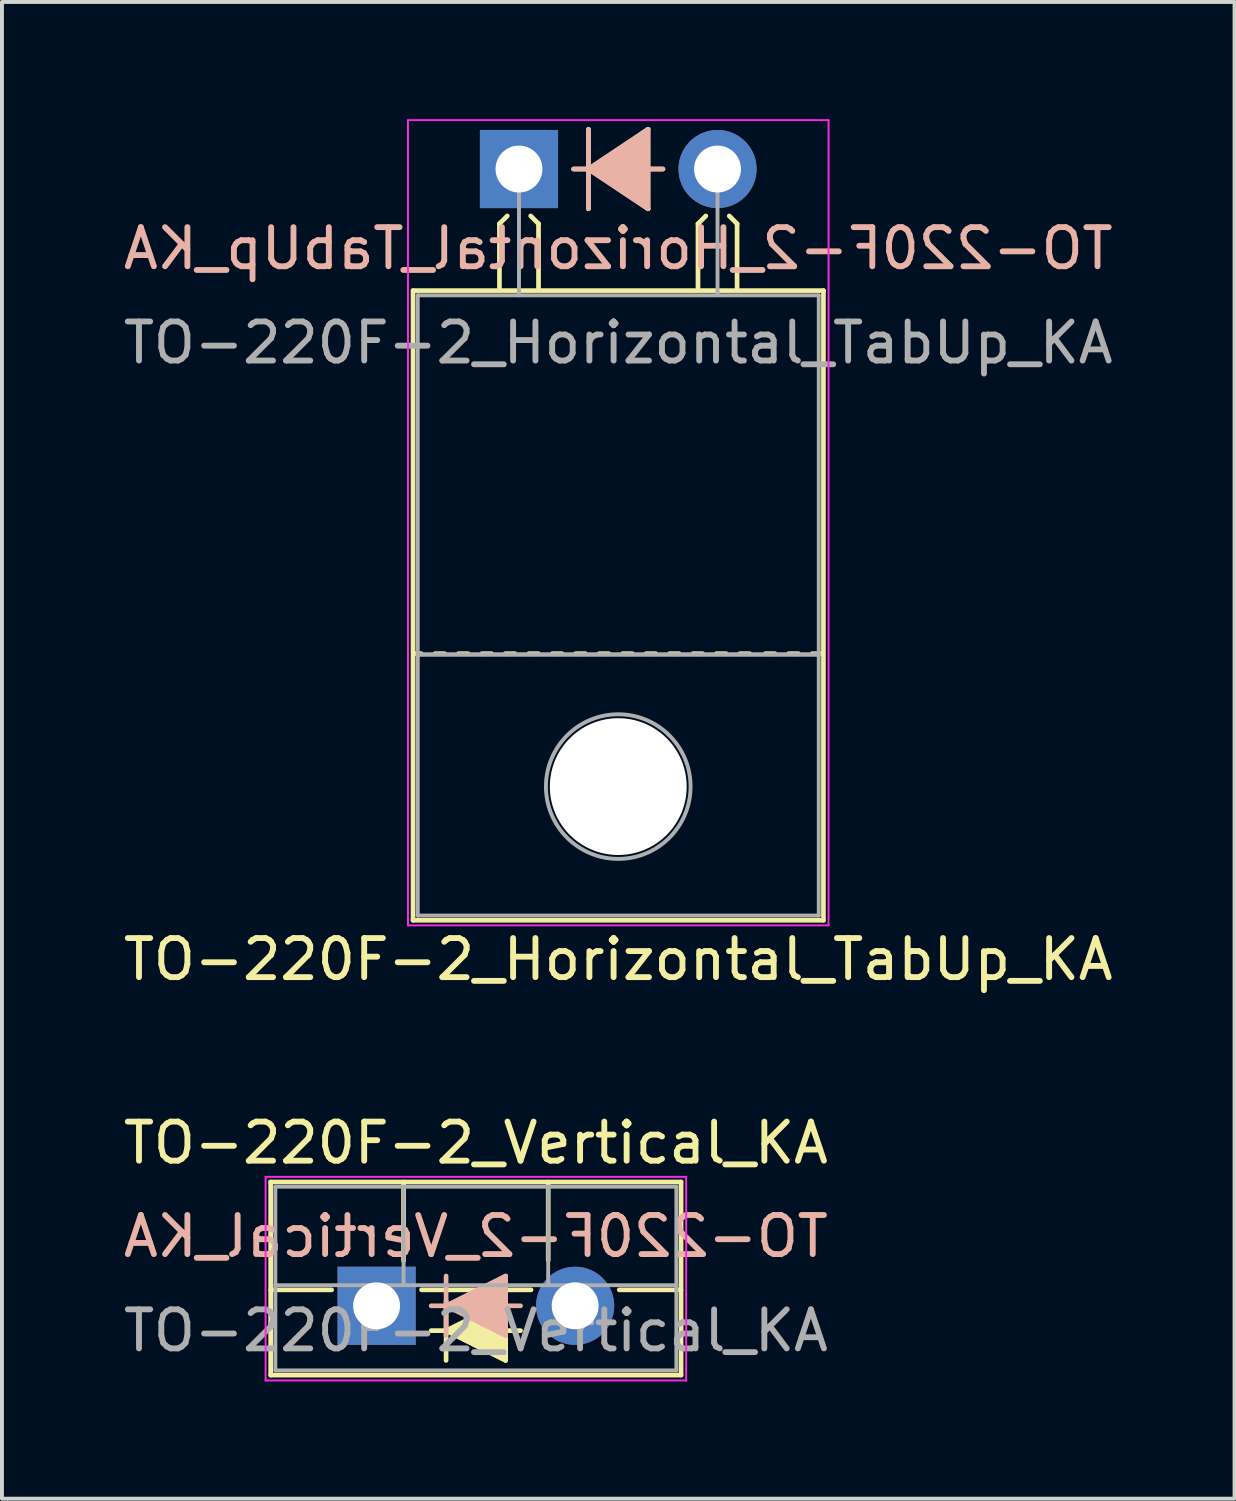
<source format=kicad_pcb>
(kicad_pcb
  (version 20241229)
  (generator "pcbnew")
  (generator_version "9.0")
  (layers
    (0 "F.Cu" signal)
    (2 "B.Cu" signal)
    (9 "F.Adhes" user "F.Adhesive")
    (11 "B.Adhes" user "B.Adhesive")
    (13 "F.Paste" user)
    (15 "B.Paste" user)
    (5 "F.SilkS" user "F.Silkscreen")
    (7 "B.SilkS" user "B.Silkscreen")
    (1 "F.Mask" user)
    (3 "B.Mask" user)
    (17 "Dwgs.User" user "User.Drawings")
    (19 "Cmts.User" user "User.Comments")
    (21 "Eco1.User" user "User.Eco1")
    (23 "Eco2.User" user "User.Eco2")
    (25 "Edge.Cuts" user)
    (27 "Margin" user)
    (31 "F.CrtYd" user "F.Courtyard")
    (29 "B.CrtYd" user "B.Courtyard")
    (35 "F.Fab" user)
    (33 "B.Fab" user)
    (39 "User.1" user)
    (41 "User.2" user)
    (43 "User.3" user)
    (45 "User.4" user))
  (footprint "TO-220F-2_Horizontal_TabUp_KA"
    (layer "F.Cu")
    (at 10.228 1.275)
    (property "Reference" "TO-220F-2_Horizontal_TabUp_KA" (at 2.54 20.22 0) (layer "F.SilkS") (effects (font (size 1 1) (thickness 0.15))))
    (fp_line (start -2.71 19.22) (end -2.71 3.11) (stroke (width 0.12) (type solid)) (layer "F.SilkS"))
    (fp_line (start -2.5 12.4) (end -2.7 12.4) (stroke (width 0.12) (type solid)) (layer "F.SilkS"))
    (fp_line (start -1.9 12.4) (end -2.15 12.4) (stroke (width 0.12) (type solid)) (layer "F.SilkS"))
    (fp_line (start -1.3 12.4) (end -1.55 12.4) (stroke (width 0.12) (type solid)) (layer "F.SilkS"))
    (fp_line (start -0.7 12.4) (end -0.95 12.4) (stroke (width 0.12) (type solid)) (layer "F.SilkS"))
    (fp_line (start -0.5 1.4) (end -0.3 1.2) (stroke (width 0.12) (type solid)) (layer "F.SilkS"))
    (fp_line (start -0.5 3.048) (end -0.5 1.4) (stroke (width 0.12) (type solid)) (layer "F.SilkS"))
    (fp_line (start -0.1 12.4) (end -0.35 12.4) (stroke (width 0.12) (type solid)) (layer "F.SilkS"))
    (fp_line (start 0.5 1.4) (end 0.3 1.2) (stroke (width 0.12) (type solid)) (layer "F.SilkS"))
    (fp_line (start 0.5 3.048) (end 0.5 1.4) (stroke (width 0.12) (type solid)) (layer "F.SilkS"))
    (fp_line (start 0.5 12.4) (end 0.25 12.4) (stroke (width 0.12) (type solid)) (layer "F.SilkS"))
    (fp_line (start 1.1 12.4) (end 0.85 12.4) (stroke (width 0.12) (type solid)) (layer "F.SilkS"))
    (fp_line (start 1.397 0) (end 1.778 0) (stroke (width 0.12) (type solid)) (layer "F.SilkS"))
    (fp_line (start 1.7 12.4) (end 1.45 12.4) (stroke (width 0.12) (type solid)) (layer "F.SilkS"))
    (fp_line (start 1.778 0) (end 1.778 -1.016) (stroke (width 0.12) (type solid)) (layer "F.SilkS"))
    (fp_line (start 1.778 0) (end 1.778 1.016) (stroke (width 0.12) (type solid)) (layer "F.SilkS"))
    (fp_line (start 1.778 0) (end 3.302 1.016) (stroke (width 0.12) (type solid)) (layer "F.SilkS"))
    (fp_line (start 2.3 12.4) (end 2.05 12.4) (stroke (width 0.12) (type solid)) (layer "F.SilkS"))
    (fp_line (start 2.9 12.4) (end 2.65 12.4) (stroke (width 0.12) (type solid)) (layer "F.SilkS"))
    (fp_line (start 3.302 -1.016) (end 1.778 0) (stroke (width 0.12) (type solid)) (layer "F.SilkS"))
    (fp_line (start 3.302 0) (end 3.683 0) (stroke (width 0.12) (type solid)) (layer "F.SilkS"))
    (fp_line (start 3.302 1.016) (end 3.302 -1.016) (stroke (width 0.12) (type solid)) (layer "F.SilkS"))
    (fp_line (start 3.5 12.4) (end 3.25 12.4) (stroke (width 0.12) (type solid)) (layer "F.SilkS"))
    (fp_line (start 4.1 12.4) (end 3.85 12.4) (stroke (width 0.12) (type solid)) (layer "F.SilkS"))
    (fp_line (start 4.58 1.4) (end 4.78 1.2) (stroke (width 0.12) (type solid)) (layer "F.SilkS"))
    (fp_line (start 4.58 3.048) (end 4.58 1.4) (stroke (width 0.12) (type solid)) (layer "F.SilkS"))
    (fp_line (start 4.7 12.4) (end 4.45 12.4) (stroke (width 0.12) (type solid)) (layer "F.SilkS"))
    (fp_line (start 5.3 12.4) (end 5.05 12.4) (stroke (width 0.12) (type solid)) (layer "F.SilkS"))
    (fp_line (start 5.58 1.4) (end 5.38 1.2) (stroke (width 0.12) (type solid)) (layer "F.SilkS"))
    (fp_line (start 5.58 3.048) (end 5.58 1.4) (stroke (width 0.12) (type solid)) (layer "F.SilkS"))
    (fp_line (start 5.9 12.4) (end 5.65 12.4) (stroke (width 0.12) (type solid)) (layer "F.SilkS"))
    (fp_line (start 6.55 12.4) (end 6.3 12.4) (stroke (width 0.12) (type solid)) (layer "F.SilkS"))
    (fp_line (start 7.15 12.4) (end 6.9 12.4) (stroke (width 0.12) (type solid)) (layer "F.SilkS"))
    (fp_line (start 7.75 12.4) (end 7.5 12.4) (stroke (width 0.12) (type solid)) (layer "F.SilkS"))
    (fp_line (start 7.79 3.11) (end -2.71 3.11) (stroke (width 0.12) (type solid)) (layer "F.SilkS"))
    (fp_line (start 7.79 19.22) (end -2.71 19.22) (stroke (width 0.12) (type solid)) (layer "F.SilkS"))
    (fp_line (start 7.79 19.22) (end 7.79 3.11) (stroke (width 0.12) (type solid)) (layer "F.SilkS"))
    (fp_poly (pts (xy 3.3 1) (xy 1.8 0) (xy 3.3 -1)) (stroke (width 0.1) (type solid)) (fill yes) (layer "F.SilkS"))
    (fp_line (start 1.397 0) (end 1.778 0) (stroke (width 0.12) (type solid)) (layer "B.SilkS"))
    (fp_line (start 1.778 0) (end 1.778 -1.016) (stroke (width 0.12) (type solid)) (layer "B.SilkS"))
    (fp_line (start 1.778 0) (end 1.778 1.016) (stroke (width 0.12) (type solid)) (layer "B.SilkS"))
    (fp_line (start 1.778 0) (end 3.302 -1.016) (stroke (width 0.12) (type solid)) (layer "B.SilkS"))
    (fp_line (start 3.302 -1.016) (end 3.302 1.016) (stroke (width 0.12) (type solid)) (layer "B.SilkS"))
    (fp_line (start 3.302 0) (end 3.683 0) (stroke (width 0.12) (type solid)) (layer "B.SilkS"))
    (fp_line (start 3.302 1.016) (end 1.778 0) (stroke (width 0.12) (type solid)) (layer "B.SilkS"))
    (fp_poly (pts (xy 3.3 -1) (xy 1.8 0) (xy 3.3 1)) (stroke (width 0.1) (type solid)) (fill yes) (layer "B.SilkS"))
    (fp_line (start -2.84 -1.25) (end -2.84 19.35) (stroke (width 0.05) (type solid)) (layer "F.CrtYd"))
    (fp_line (start -2.84 19.35) (end 7.92 19.35) (stroke (width 0.05) (type solid)) (layer "F.CrtYd"))
    (fp_line (start 7.92 -1.25) (end -2.84 -1.25) (stroke (width 0.05) (type solid)) (layer "F.CrtYd"))
    (fp_line (start 7.92 19.35) (end 7.92 -1.25) (stroke (width 0.05) (type solid)) (layer "F.CrtYd"))
    (fp_line (start -2.59 3.23) (end -2.59 12.42) (stroke (width 0.1) (type solid)) (layer "F.Fab"))
    (fp_line (start -2.59 12.42) (end -2.59 19.1) (stroke (width 0.1) (type solid)) (layer "F.Fab"))
    (fp_line (start -2.59 12.42) (end 7.67 12.42) (stroke (width 0.1) (type solid)) (layer "F.Fab"))
    (fp_line (start -2.59 19.1) (end 7.67 19.1) (stroke (width 0.1) (type solid)) (layer "F.Fab"))
    (fp_line (start 0 3.23) (end 0 0) (stroke (width 0.1) (type solid)) (layer "F.Fab"))
    (fp_line (start 5.08 3.23) (end 5.08 0) (stroke (width 0.1) (type solid)) (layer "F.Fab"))
    (fp_line (start 7.67 3.23) (end -2.59 3.23) (stroke (width 0.1) (type solid)) (layer "F.Fab"))
    (fp_line (start 7.67 12.42) (end -2.59 12.42) (stroke (width 0.1) (type solid)) (layer "F.Fab"))
    (fp_line (start 7.67 12.42) (end 7.67 3.23) (stroke (width 0.1) (type solid)) (layer "F.Fab"))
    (fp_line (start 7.67 19.1) (end 7.67 12.42) (stroke (width 0.1) (type solid)) (layer "F.Fab"))
    (fp_circle (center 2.54 15.8) (end 4.39 15.8) (stroke (width 0.1) (type solid)) (fill no) (layer "F.Fab"))
    (fp_text user "${REFERENCE}" (at 2.54 2.032 0) (layer "B.SilkS") (effects (font (size 1 1) (thickness 0.15)) (justify mirror)))
    (fp_text user "${REFERENCE}" (at 2.54 4.445 0) (layer "F.Fab") (effects (font (size 1 1) (thickness 0.15))))
    (pad "" np_thru_hole oval (at 2.54 15.8) (size 3.5 3.5) (drill 3.5) (layers "*.Cu" "*.Mask"))
    (pad "1" thru_hole rect (at 0 0) (size 2 2) (drill 1.2) (layers "*.Cu" "*.Mask"))
    (pad "2" thru_hole oval (at 5.08 0) (size 2 2) (drill 1.2) (layers "*.Cu" "*.Mask")))
  (footprint "TO-220F-2_Vertical_KA"
    (layer "F.Cu")
    (at 6.585 30.359)
    (property "Reference" "TO-220F-2_Vertical_KA" (at 2.54 -4.168 0) (layer "F.SilkS") (effects (font (size 1 1) (thickness 0.15))))
    (fp_line (start -2.71 -3.168) (end -2.71 1.773) (stroke (width 0.12) (type solid)) (layer "F.SilkS"))
    (fp_line (start -2.71 -3.168) (end 7.79 -3.168) (stroke (width 0.12) (type solid)) (layer "F.SilkS"))
    (fp_line (start -2.71 -0.408) (end -1.15 -0.408) (stroke (width 0.12) (type solid)) (layer "F.SilkS"))
    (fp_line (start -2.71 1.773) (end 7.79 1.773) (stroke (width 0.12) (type solid)) (layer "F.SilkS"))
    (fp_line (start 0.69 -3.168) (end 0.69 -1.15) (stroke (width 0.12) (type solid)) (layer "F.SilkS"))
    (fp_line (start 1.15 -0.408) (end 3.952 -0.408) (stroke (width 0.12) (type solid)) (layer "F.SilkS"))
    (fp_line (start 1.397 0.635) (end 1.778 0.635) (stroke (width 0.12) (type solid)) (layer "F.SilkS"))
    (fp_line (start 1.778 0.635) (end 1.778 -0.127) (stroke (width 0.12) (type solid)) (layer "F.SilkS"))
    (fp_line (start 1.778 0.635) (end 1.778 1.397) (stroke (width 0.12) (type solid)) (layer "F.SilkS"))
    (fp_line (start 1.778 0.635) (end 3.302 1.397) (stroke (width 0.12) (type solid)) (layer "F.SilkS"))
    (fp_line (start 3.302 -0.127) (end 1.778 0.635) (stroke (width 0.12) (type solid)) (layer "F.SilkS"))
    (fp_line (start 3.302 0.635) (end 3.683 0.635) (stroke (width 0.12) (type solid)) (layer "F.SilkS"))
    (fp_line (start 3.302 1.397) (end 3.302 -0.127) (stroke (width 0.12) (type solid)) (layer "F.SilkS"))
    (fp_line (start 4.391 -3.168) (end 4.391 -1.165) (stroke (width 0.12) (type solid)) (layer "F.SilkS"))
    (fp_line (start 6.209 -0.408) (end 7.79 -0.408) (stroke (width 0.12) (type solid)) (layer "F.SilkS"))
    (fp_line (start 7.79 -3.168) (end 7.79 1.773) (stroke (width 0.12) (type solid)) (layer "F.SilkS"))
    (fp_poly (pts (xy 3.3 1.4) (xy 1.8 0.65) (xy 3.3 -0.1)) (stroke (width 0.1) (type solid)) (fill yes) (layer "F.SilkS"))
    (fp_line (start 1.397 0) (end 1.778 0) (stroke (width 0.12) (type solid)) (layer "B.SilkS"))
    (fp_line (start 1.778 0) (end 1.778 -0.762) (stroke (width 0.12) (type solid)) (layer "B.SilkS"))
    (fp_line (start 1.778 0) (end 1.778 0.762) (stroke (width 0.12) (type solid)) (layer "B.SilkS"))
    (fp_line (start 1.778 0) (end 3.302 -0.762) (stroke (width 0.12) (type solid)) (layer "B.SilkS"))
    (fp_line (start 3.302 -0.762) (end 3.302 0.762) (stroke (width 0.12) (type solid)) (layer "B.SilkS"))
    (fp_line (start 3.302 0) (end 3.683 0) (stroke (width 0.12) (type solid)) (layer "B.SilkS"))
    (fp_line (start 3.302 0.762) (end 1.778 0) (stroke (width 0.12) (type solid)) (layer "B.SilkS"))
    (fp_poly (pts (xy 3.3 -0.765) (xy 1.8 -0.015) (xy 3.3 0.735)) (stroke (width 0.1) (type solid)) (fill yes) (layer "B.SilkS"))
    (fp_line (start -2.84 -3.3) (end -2.84 1.91) (stroke (width 0.05) (type solid)) (layer "F.CrtYd"))
    (fp_line (start -2.84 1.91) (end 7.92 1.91) (stroke (width 0.05) (type solid)) (layer "F.CrtYd"))
    (fp_line (start 7.92 -3.3) (end -2.84 -3.3) (stroke (width 0.05) (type solid)) (layer "F.CrtYd"))
    (fp_line (start 7.92 1.91) (end 7.92 -3.3) (stroke (width 0.05) (type solid)) (layer "F.CrtYd"))
    (fp_line (start -2.59 -3.047) (end -2.59 1.653) (stroke (width 0.1) (type solid)) (layer "F.Fab"))
    (fp_line (start -2.59 -0.527) (end 7.67 -0.527) (stroke (width 0.1) (type solid)) (layer "F.Fab"))
    (fp_line (start -2.59 1.653) (end 7.67 1.653) (stroke (width 0.1) (type solid)) (layer "F.Fab"))
    (fp_line (start 0.69 -3.047) (end 0.69 -0.527) (stroke (width 0.1) (type solid)) (layer "F.Fab"))
    (fp_line (start 4.39 -3.047) (end 4.39 -0.527) (stroke (width 0.1) (type solid)) (layer "F.Fab"))
    (fp_line (start 7.67 -3.047) (end -2.59 -3.047) (stroke (width 0.1) (type solid)) (layer "F.Fab"))
    (fp_line (start 7.67 1.653) (end 7.67 -3.047) (stroke (width 0.1) (type solid)) (layer "F.Fab"))
    (fp_text user "${REFERENCE}" (at 2.54 -1.778 0) (layer "B.SilkS") (effects (font (size 1 1) (thickness 0.15)) (justify mirror)))
    (fp_text user "${REFERENCE}" (at 2.54 0.635 0) (layer "F.Fab") (effects (font (size 1 1) (thickness 0.15))))
    (pad "1" thru_hole rect (at 0 0) (size 2 2) (drill 1.2) (layers "*.Cu" "*.Mask"))
    (pad "2" thru_hole oval (at 5.08 0) (size 2 2) (drill 1.2) (layers "*.Cu" "*.Mask")))
  (gr_rect
    (start -3 -3)
    (end 28.536 35.294)
    (stroke (width 0.1) (type default))
    (fill no)
    (layer "Edge.Cuts")))
</source>
